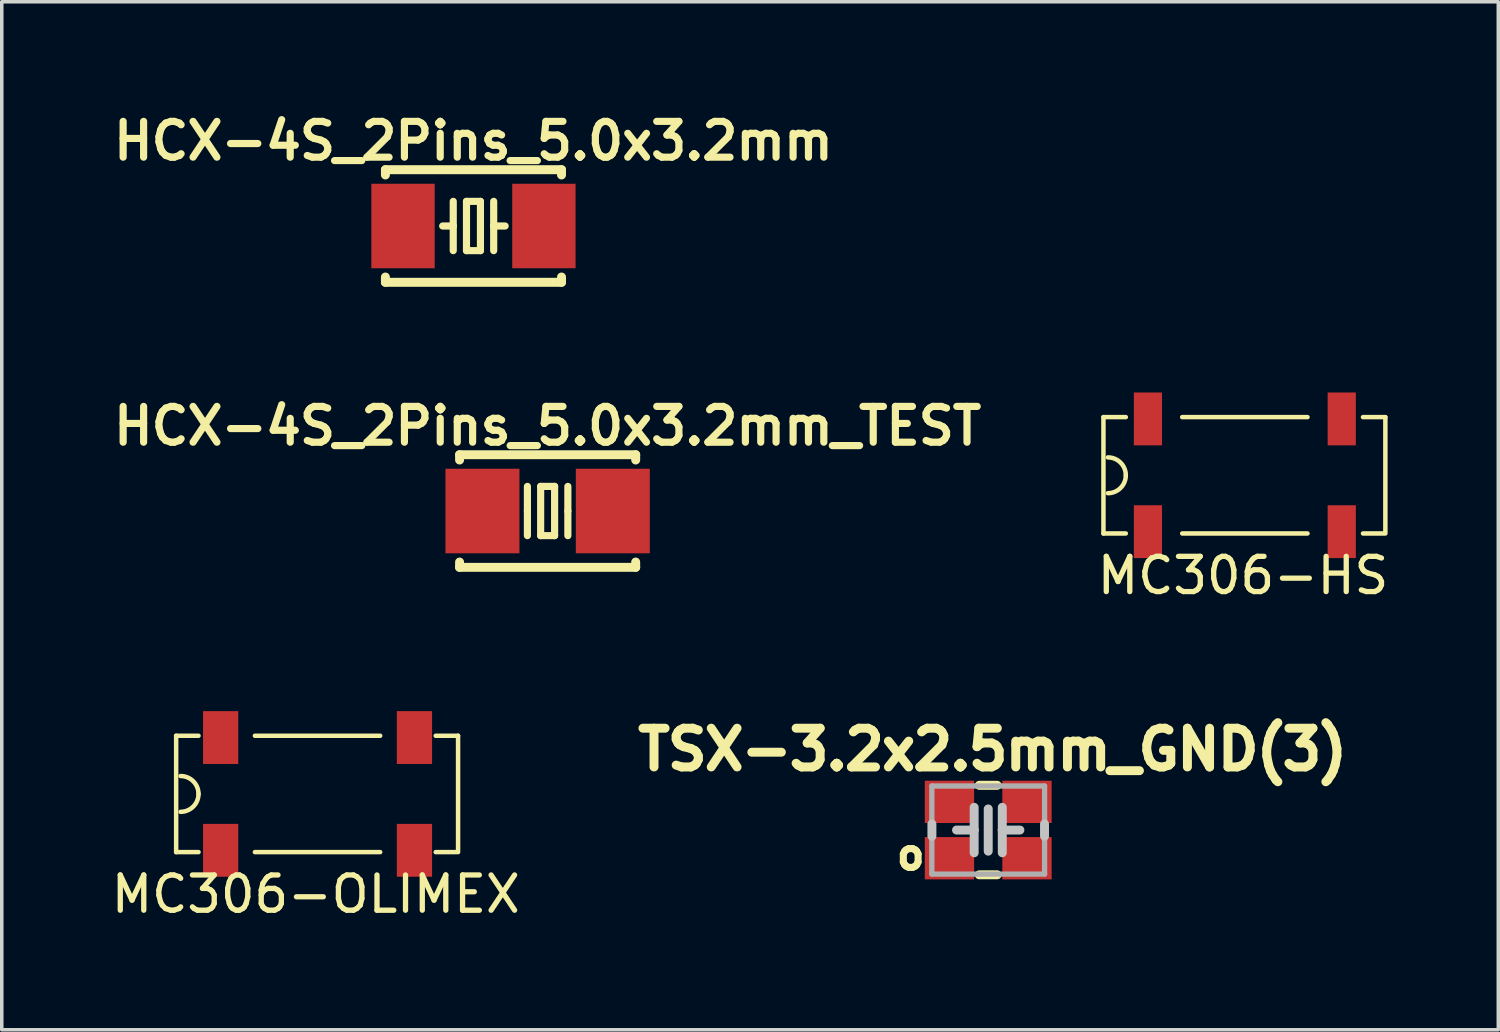
<source format=kicad_pcb>
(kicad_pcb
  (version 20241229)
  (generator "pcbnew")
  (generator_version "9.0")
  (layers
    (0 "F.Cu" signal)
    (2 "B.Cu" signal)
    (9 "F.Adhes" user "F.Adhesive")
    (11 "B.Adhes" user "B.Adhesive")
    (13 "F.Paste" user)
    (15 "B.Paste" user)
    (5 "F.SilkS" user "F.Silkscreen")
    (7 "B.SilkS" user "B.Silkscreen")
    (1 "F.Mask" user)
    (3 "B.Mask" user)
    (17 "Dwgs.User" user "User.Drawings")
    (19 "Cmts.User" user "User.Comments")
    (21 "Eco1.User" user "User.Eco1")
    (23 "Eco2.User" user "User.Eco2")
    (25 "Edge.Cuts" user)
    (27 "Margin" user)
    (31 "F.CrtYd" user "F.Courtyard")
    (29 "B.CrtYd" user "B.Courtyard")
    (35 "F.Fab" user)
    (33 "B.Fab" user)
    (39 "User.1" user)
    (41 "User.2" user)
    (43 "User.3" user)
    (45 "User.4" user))
  (footprint "TSX-3.2x2.5mm_GND(3)"
    (layer "F.Cu")
    (at 24.996 20.507)
    (property "Reference" "TSX-3.2x2.5mm_GND(3)" (at 0.127 -2.286 0) (layer "F.SilkS") (effects (font (size 1.1 1.1) (thickness 0.254))))
    (attr smd)
    (fp_line (start 0.254 -1.27) (end -0.254 -1.27) (stroke (width 0.254) (type solid)) (layer "F.SilkS"))
    (fp_line (start 0.254 1.27) (end -0.254 1.27) (stroke (width 0.254) (type solid)) (layer "F.SilkS"))
    (fp_line (start -1.598 0.173) (end -1.598 -0.173) (stroke (width 0.254) (type solid)) (layer "Dwgs.User"))
    (fp_line (start -0.399 -0.645) (end -0.399 0) (stroke (width 0.254) (type solid)) (layer "Dwgs.User"))
    (fp_line (start -0.399 0) (end -0.899 0) (stroke (width 0.254) (type solid)) (layer "Dwgs.User"))
    (fp_line (start -0.399 0) (end -0.399 0.645) (stroke (width 0.254) (type solid)) (layer "Dwgs.User"))
    (fp_line (start 0 0.599) (end 0 -0.599) (stroke (width 0.254) (type solid)) (layer "Dwgs.User"))
    (fp_line (start 0.399 -0.645) (end 0.399 0) (stroke (width 0.254) (type solid)) (layer "Dwgs.User"))
    (fp_line (start 0.399 0) (end 0.399 0.645) (stroke (width 0.254) (type solid)) (layer "Dwgs.User"))
    (fp_line (start 0.399 0) (end 0.899 0) (stroke (width 0.254) (type solid)) (layer "Dwgs.User"))
    (fp_line (start 1.598 -0.173) (end 1.598 0.173) (stroke (width 0.254) (type solid)) (layer "Dwgs.User"))
    (fp_line (start -1.6 -1.25) (end 1.6 -1.25) (stroke (width 0.15) (type solid)) (layer "F.Fab"))
    (fp_line (start -1.6 1.25) (end -1.6 -1.25) (stroke (width 0.15) (type solid)) (layer "F.Fab"))
    (fp_line (start 1.6 -1.25) (end 1.6 1.25) (stroke (width 0.15) (type solid)) (layer "F.Fab"))
    (fp_line (start 1.6 1.25) (end -1.6 1.25) (stroke (width 0.15) (type solid)) (layer "F.Fab"))
    (fp_text user "o" (at -2.2 0.7 0) (layer "F.SilkS") (effects (font (size 0.8 0.8) (thickness 0.2))))
    (pad "1" smd rect (at -1.1 0.8) (size 1.4 1.2) (layers "F.Cu" "F.Mask" "F.Paste"))
    (pad "2" smd rect (at 1.1 -0.8) (size 1.4 1.2) (layers "F.Cu" "F.Mask" "F.Paste"))
    (pad "3" smd rect (at -1.1 -0.8) (size 1.4 1.2) (layers "F.Cu" "F.Mask" "F.Paste"))
    (pad "3" smd rect (at 1.1 0.8) (size 1.4 1.2) (layers "F.Cu" "F.Mask" "F.Paste")))
  (footprint "MC306-OLIMEX"
    (layer "F.Cu")
    (at 5.962 19.482)
    (property "Reference" "MC306-OLIMEX" (at -0.051 2.845 0) (layer "F.SilkS") (effects (font (size 1 1) (thickness 0.15))))
    (attr smd)
    (fp_line (start -4.013 -1.651) (end -4.013 1.651) (stroke (width 0.127) (type solid)) (layer "F.SilkS"))
    (fp_line (start -4.013 -1.651) (end -3.378 -1.651) (stroke (width 0.127) (type solid)) (layer "F.SilkS"))
    (fp_line (start -4.013 1.651) (end -3.378 1.651) (stroke (width 0.127) (type solid)) (layer "F.SilkS"))
    (fp_line (start -1.778 -1.651) (end 1.778 -1.651) (stroke (width 0.127) (type solid)) (layer "F.SilkS"))
    (fp_line (start -1.778 1.651) (end 1.778 1.651) (stroke (width 0.127) (type solid)) (layer "F.SilkS"))
    (fp_line (start 3.353 -1.651) (end 3.988 -1.651) (stroke (width 0.127) (type solid)) (layer "F.SilkS"))
    (fp_line (start 3.353 1.651) (end 3.937 1.651) (stroke (width 0.127) (type solid)) (layer "F.SilkS"))
    (fp_line (start 3.988 -1.651) (end 3.988 1.651) (stroke (width 0.127) (type solid)) (layer "F.SilkS"))
    (fp_arc (start -3.8862 -0.508) (mid -3.52699 -0.35921) (end -3.3782 0) (stroke (width 0.127) (type solid)) (layer "F.SilkS"))
    (fp_arc (start -3.3782 0) (mid -3.52699 0.35921) (end -3.8862 0.508) (stroke (width 0.127) (type solid)) (layer "F.SilkS"))
    (pad "1" smd rect (at -2.75 -1.6) (size 1 1.5) (layers "F.Cu" "F.Mask" "F.Paste"))
    (pad "2" smd rect (at -2.75 1.6) (size 1 1.5) (layers "F.Cu" "F.Mask" "F.Paste"))
    (pad "3" smd rect (at 2.75 1.6) (size 1 1.5) (layers "F.Cu" "F.Mask" "F.Paste"))
    (pad "4" smd rect (at 2.75 -1.6) (size 1 1.5) (layers "F.Cu" "F.Mask" "F.Paste")))
  (footprint "HCX-4S_2Pins_5.0x3.2mm"
    (layer "F.Cu")
    (at 10.387 3.364)
    (property "Reference" "HCX-4S_2Pins_5.0x3.2mm" (at 0 -2.413 0) (layer "F.SilkS") (effects (font (size 1.016 1.016) (thickness 0.203))))
    (attr smd)
    (fp_line (start -2.499 -1.598) (end -2.499 -1.448) (stroke (width 0.254) (type solid)) (layer "F.SilkS"))
    (fp_line (start -2.499 1.448) (end -2.499 1.598) (stroke (width 0.254) (type solid)) (layer "F.SilkS"))
    (fp_line (start -2.499 1.598) (end 2.499 1.598) (stroke (width 0.254) (type solid)) (layer "F.SilkS"))
    (fp_line (start -0.574 -0.699) (end -0.574 0) (stroke (width 0.203) (type solid)) (layer "F.SilkS"))
    (fp_line (start -0.574 0) (end -0.874 0) (stroke (width 0.203) (type solid)) (layer "F.SilkS"))
    (fp_line (start -0.574 0) (end -0.574 0.699) (stroke (width 0.203) (type solid)) (layer "F.SilkS"))
    (fp_line (start -0.198 -0.699) (end -0.198 0.699) (stroke (width 0.203) (type solid)) (layer "F.SilkS"))
    (fp_line (start -0.198 0.699) (end 0.198 0.699) (stroke (width 0.203) (type solid)) (layer "F.SilkS"))
    (fp_line (start 0.198 -0.699) (end -0.198 -0.699) (stroke (width 0.203) (type solid)) (layer "F.SilkS"))
    (fp_line (start 0.198 0.699) (end 0.198 -0.699) (stroke (width 0.203) (type solid)) (layer "F.SilkS"))
    (fp_line (start 0.574 -0.699) (end 0.574 0) (stroke (width 0.203) (type solid)) (layer "F.SilkS"))
    (fp_line (start 0.574 0) (end 0.574 0.699) (stroke (width 0.203) (type solid)) (layer "F.SilkS"))
    (fp_line (start 0.574 0) (end 0.899 0) (stroke (width 0.203) (type solid)) (layer "F.SilkS"))
    (fp_line (start 2.499 -1.598) (end -2.499 -1.598) (stroke (width 0.254) (type solid)) (layer "F.SilkS"))
    (fp_line (start 2.499 -1.448) (end 2.499 -1.598) (stroke (width 0.254) (type solid)) (layer "F.SilkS"))
    (fp_line (start 2.499 1.598) (end 2.499 1.448) (stroke (width 0.254) (type solid)) (layer "F.SilkS"))
    (pad "1" smd rect (at -1.999 0) (size 1.798 2.398) (layers "F.Cu" "F.Mask" "F.Paste"))
    (pad "2" smd rect (at 1.999 0) (size 1.798 2.398) (layers "F.Cu" "F.Mask" "F.Paste")))
  (footprint "MC306-HS"
    (layer "F.Cu")
    (at 32.279 10.439)
    (property "Reference" "MC306-HS" (at -0.051 2.845 0) (layer "F.SilkS") (effects (font (size 1 1) (thickness 0.15))))
    (attr smd)
    (fp_line (start -4.013 -1.651) (end -4.013 1.651) (stroke (width 0.127) (type solid)) (layer "F.SilkS"))
    (fp_line (start -4.013 -1.651) (end -3.378 -1.651) (stroke (width 0.127) (type solid)) (layer "F.SilkS"))
    (fp_line (start -4.013 1.651) (end -3.378 1.651) (stroke (width 0.127) (type solid)) (layer "F.SilkS"))
    (fp_line (start -1.778 -1.651) (end 1.778 -1.651) (stroke (width 0.127) (type solid)) (layer "F.SilkS"))
    (fp_line (start -1.778 1.651) (end 1.778 1.651) (stroke (width 0.127) (type solid)) (layer "F.SilkS"))
    (fp_line (start 3.353 -1.651) (end 3.988 -1.651) (stroke (width 0.127) (type solid)) (layer "F.SilkS"))
    (fp_line (start 3.353 1.651) (end 3.937 1.651) (stroke (width 0.127) (type solid)) (layer "F.SilkS"))
    (fp_line (start 3.988 -1.651) (end 3.988 1.651) (stroke (width 0.127) (type solid)) (layer "F.SilkS"))
    (fp_arc (start -3.8862 -0.508) (mid -3.52699 -0.35921) (end -3.3782 0) (stroke (width 0.127) (type solid)) (layer "F.SilkS"))
    (fp_arc (start -3.3782 0) (mid -3.52699 0.35921) (end -3.8862 0.508) (stroke (width 0.127) (type solid)) (layer "F.SilkS"))
    (pad "1" smd rect (at -2.75 -1.6) (size 0.8 1.5) (layers "F.Cu" "F.Mask" "F.Paste"))
    (pad "2" smd rect (at -2.75 1.6) (size 0.8 1.5) (layers "F.Cu" "F.Mask" "F.Paste"))
    (pad "3" smd rect (at 2.75 1.6) (size 0.8 1.5) (layers "F.Cu" "F.Mask" "F.Paste"))
    (pad "4" smd rect (at 2.75 -1.6) (size 0.8 1.5) (layers "F.Cu" "F.Mask" "F.Paste")))
  (footprint "HCX-4S_2Pins_5.0x3.2mm_TEST"
    (layer "F.Cu")
    (at 12.492 11.453)
    (property "Reference" "HCX-4S_2Pins_5.0x3.2mm_TEST" (at 0 -2.413 0) (layer "F.SilkS") (effects (font (size 1.016 1.016) (thickness 0.203))))
    (attr smd)
    (fp_line (start -2.499 -1.598) (end -2.499 -1.448) (stroke (width 0.254) (type solid)) (layer "F.SilkS"))
    (fp_line (start -2.499 1.448) (end -2.499 1.598) (stroke (width 0.254) (type solid)) (layer "F.SilkS"))
    (fp_line (start -2.499 1.598) (end 2.499 1.598) (stroke (width 0.254) (type solid)) (layer "F.SilkS"))
    (fp_line (start -0.574 -0.699) (end -0.574 0) (stroke (width 0.203) (type solid)) (layer "F.SilkS"))
    (fp_line (start -0.574 0) (end -0.574 0.699) (stroke (width 0.203) (type solid)) (layer "F.SilkS"))
    (fp_line (start -0.198 -0.699) (end -0.198 0.699) (stroke (width 0.203) (type solid)) (layer "F.SilkS"))
    (fp_line (start -0.198 0.699) (end 0.198 0.699) (stroke (width 0.203) (type solid)) (layer "F.SilkS"))
    (fp_line (start 0.198 -0.699) (end -0.198 -0.699) (stroke (width 0.203) (type solid)) (layer "F.SilkS"))
    (fp_line (start 0.198 0.699) (end 0.198 -0.699) (stroke (width 0.203) (type solid)) (layer "F.SilkS"))
    (fp_line (start 0.574 -0.699) (end 0.574 0) (stroke (width 0.203) (type solid)) (layer "F.SilkS"))
    (fp_line (start 0.574 0) (end 0.574 0.699) (stroke (width 0.203) (type solid)) (layer "F.SilkS"))
    (fp_line (start 2.499 -1.598) (end -2.499 -1.598) (stroke (width 0.254) (type solid)) (layer "F.SilkS"))
    (fp_line (start 2.499 -1.448) (end 2.499 -1.598) (stroke (width 0.254) (type solid)) (layer "F.SilkS"))
    (fp_line (start 2.499 1.598) (end 2.499 1.448) (stroke (width 0.254) (type solid)) (layer "F.SilkS"))
    (pad "1" smd rect (at -1.85 0) (size 2.1 2.4) (layers "F.Cu" "F.Mask" "F.Paste"))
    (pad "2" smd rect (at 1.85 0) (size 2.1 2.4) (layers "F.Cu" "F.Mask" "F.Paste")))
  (gr_rect
    (start -3 -3)
    (end 39.472 26.175)
    (stroke (width 0.1) (type default))
    (fill no)
    (layer "Edge.Cuts")))
</source>
